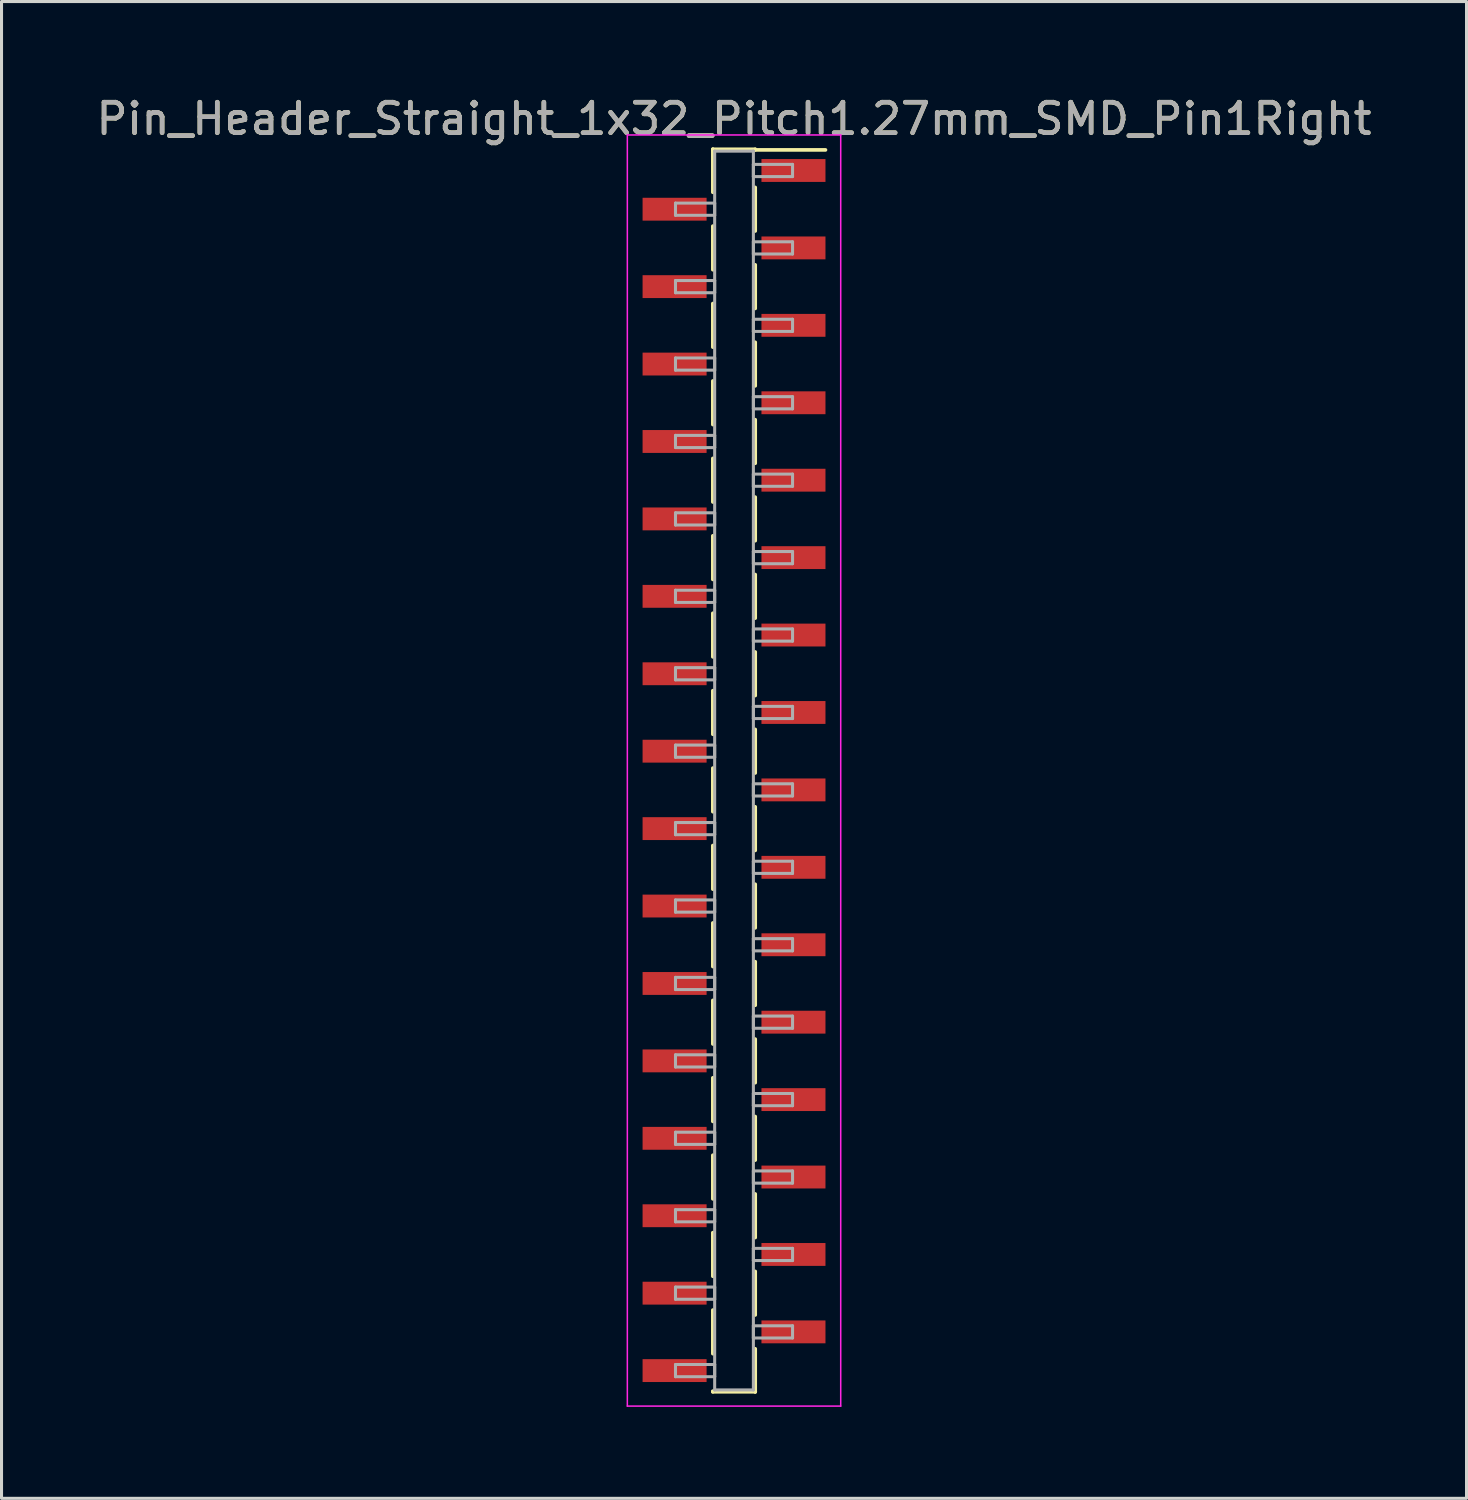
<source format=kicad_pcb>
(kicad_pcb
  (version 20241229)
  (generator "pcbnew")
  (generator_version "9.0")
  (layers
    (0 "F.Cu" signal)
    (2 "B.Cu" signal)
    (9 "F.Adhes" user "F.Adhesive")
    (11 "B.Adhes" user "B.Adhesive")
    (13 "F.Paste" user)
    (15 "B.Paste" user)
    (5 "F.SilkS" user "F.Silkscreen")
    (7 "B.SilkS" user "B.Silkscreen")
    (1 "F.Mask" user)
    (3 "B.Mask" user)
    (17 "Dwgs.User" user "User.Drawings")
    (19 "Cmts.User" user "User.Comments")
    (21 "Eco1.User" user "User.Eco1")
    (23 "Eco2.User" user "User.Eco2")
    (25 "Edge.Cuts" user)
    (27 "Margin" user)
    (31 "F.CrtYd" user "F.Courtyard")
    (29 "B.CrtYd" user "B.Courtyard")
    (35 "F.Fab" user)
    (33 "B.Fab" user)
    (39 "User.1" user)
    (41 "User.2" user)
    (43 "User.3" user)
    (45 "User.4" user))
  (footprint "Pin_Header_Straight_1x32_Pitch1.27mm_SMD_Pin1Right"
    (layer "F.Cu")
    (at 21.03 22.228)
    (property "Reference" "Pin_Header_Straight_1x32_Pitch1.27mm_SMD_Pin1Right" (at 0 -21.38 0) (layer "F.SilkS") (effects (font (size 1 1) (thickness 0.15))))
    (attr smd)
    (fp_line (start -0.695 -20.38) (end -0.695 -18.97) (stroke (width 0.12) (type solid)) (layer "F.SilkS"))
    (fp_line (start -0.695 -20.38) (end 0.695 -20.38) (stroke (width 0.12) (type solid)) (layer "F.SilkS"))
    (fp_line (start -0.695 -20.36) (end -0.695 -20.38) (stroke (width 0.12) (type solid)) (layer "F.SilkS"))
    (fp_line (start -0.695 -17.86) (end -0.695 -16.43) (stroke (width 0.12) (type solid)) (layer "F.SilkS"))
    (fp_line (start -0.695 -15.32) (end -0.695 -13.89) (stroke (width 0.12) (type solid)) (layer "F.SilkS"))
    (fp_line (start -0.695 -12.78) (end -0.695 -11.35) (stroke (width 0.12) (type solid)) (layer "F.SilkS"))
    (fp_line (start -0.695 -10.24) (end -0.695 -8.81) (stroke (width 0.12) (type solid)) (layer "F.SilkS"))
    (fp_line (start -0.695 -7.7) (end -0.695 -6.27) (stroke (width 0.12) (type solid)) (layer "F.SilkS"))
    (fp_line (start -0.695 -5.16) (end -0.695 -3.73) (stroke (width 0.12) (type solid)) (layer "F.SilkS"))
    (fp_line (start -0.695 -2.62) (end -0.695 -1.19) (stroke (width 0.12) (type solid)) (layer "F.SilkS"))
    (fp_line (start -0.695 -0.08) (end -0.695 1.35) (stroke (width 0.12) (type solid)) (layer "F.SilkS"))
    (fp_line (start -0.695 2.46) (end -0.695 3.89) (stroke (width 0.12) (type solid)) (layer "F.SilkS"))
    (fp_line (start -0.695 5) (end -0.695 6.43) (stroke (width 0.12) (type solid)) (layer "F.SilkS"))
    (fp_line (start -0.695 7.54) (end -0.695 8.97) (stroke (width 0.12) (type solid)) (layer "F.SilkS"))
    (fp_line (start -0.695 10.08) (end -0.695 11.51) (stroke (width 0.12) (type solid)) (layer "F.SilkS"))
    (fp_line (start -0.695 12.62) (end -0.695 14.05) (stroke (width 0.12) (type solid)) (layer "F.SilkS"))
    (fp_line (start -0.695 15.16) (end -0.695 16.59) (stroke (width 0.12) (type solid)) (layer "F.SilkS"))
    (fp_line (start -0.695 17.7) (end -0.695 19.13) (stroke (width 0.12) (type solid)) (layer "F.SilkS"))
    (fp_line (start -0.695 20.36) (end -0.695 20.38) (stroke (width 0.12) (type solid)) (layer "F.SilkS"))
    (fp_line (start -0.695 20.38) (end 0.695 20.38) (stroke (width 0.12) (type solid)) (layer "F.SilkS"))
    (fp_line (start 0.695 -20.38) (end 0.695 -20.36) (stroke (width 0.12) (type solid)) (layer "F.SilkS"))
    (fp_line (start 0.695 -20.36) (end 3 -20.36) (stroke (width 0.12) (type solid)) (layer "F.SilkS"))
    (fp_line (start 0.695 -19.13) (end 0.695 -17.7) (stroke (width 0.12) (type solid)) (layer "F.SilkS"))
    (fp_line (start 0.695 -16.59) (end 0.695 -15.16) (stroke (width 0.12) (type solid)) (layer "F.SilkS"))
    (fp_line (start 0.695 -14.05) (end 0.695 -12.62) (stroke (width 0.12) (type solid)) (layer "F.SilkS"))
    (fp_line (start 0.695 -11.51) (end 0.695 -10.08) (stroke (width 0.12) (type solid)) (layer "F.SilkS"))
    (fp_line (start 0.695 -8.97) (end 0.695 -7.54) (stroke (width 0.12) (type solid)) (layer "F.SilkS"))
    (fp_line (start 0.695 -6.43) (end 0.695 -5) (stroke (width 0.12) (type solid)) (layer "F.SilkS"))
    (fp_line (start 0.695 -3.89) (end 0.695 -2.46) (stroke (width 0.12) (type solid)) (layer "F.SilkS"))
    (fp_line (start 0.695 -1.35) (end 0.695 0.08) (stroke (width 0.12) (type solid)) (layer "F.SilkS"))
    (fp_line (start 0.695 1.19) (end 0.695 2.62) (stroke (width 0.12) (type solid)) (layer "F.SilkS"))
    (fp_line (start 0.695 3.73) (end 0.695 5.16) (stroke (width 0.12) (type solid)) (layer "F.SilkS"))
    (fp_line (start 0.695 6.27) (end 0.695 7.7) (stroke (width 0.12) (type solid)) (layer "F.SilkS"))
    (fp_line (start 0.695 8.81) (end 0.695 10.24) (stroke (width 0.12) (type solid)) (layer "F.SilkS"))
    (fp_line (start 0.695 11.35) (end 0.695 12.78) (stroke (width 0.12) (type solid)) (layer "F.SilkS"))
    (fp_line (start 0.695 13.89) (end 0.695 15.32) (stroke (width 0.12) (type solid)) (layer "F.SilkS"))
    (fp_line (start 0.695 16.43) (end 0.695 17.86) (stroke (width 0.12) (type solid)) (layer "F.SilkS"))
    (fp_line (start 0.695 18.97) (end 0.695 20.38) (stroke (width 0.12) (type solid)) (layer "F.SilkS"))
    (fp_line (start 0.695 20.38) (end 0.695 20.36) (stroke (width 0.12) (type solid)) (layer "F.SilkS"))
    (fp_line (start -3.5 -20.85) (end -3.5 20.85) (stroke (width 0.05) (type solid)) (layer "F.CrtYd"))
    (fp_line (start -3.5 20.85) (end 3.5 20.85) (stroke (width 0.05) (type solid)) (layer "F.CrtYd"))
    (fp_line (start 3.5 -20.85) (end -3.5 -20.85) (stroke (width 0.05) (type solid)) (layer "F.CrtYd"))
    (fp_line (start 3.5 20.85) (end 3.5 -20.85) (stroke (width 0.05) (type solid)) (layer "F.CrtYd"))
    (fp_line (start -1.92 -18.615) (end -0.635 -18.615) (stroke (width 0.1) (type solid)) (layer "F.Fab"))
    (fp_line (start -1.92 -18.215) (end -1.92 -18.615) (stroke (width 0.1) (type solid)) (layer "F.Fab"))
    (fp_line (start -1.92 -16.075) (end -0.635 -16.075) (stroke (width 0.1) (type solid)) (layer "F.Fab"))
    (fp_line (start -1.92 -15.675) (end -1.92 -16.075) (stroke (width 0.1) (type solid)) (layer "F.Fab"))
    (fp_line (start -1.92 -13.535) (end -0.635 -13.535) (stroke (width 0.1) (type solid)) (layer "F.Fab"))
    (fp_line (start -1.92 -13.135) (end -1.92 -13.535) (stroke (width 0.1) (type solid)) (layer "F.Fab"))
    (fp_line (start -1.92 -10.995) (end -0.635 -10.995) (stroke (width 0.1) (type solid)) (layer "F.Fab"))
    (fp_line (start -1.92 -10.595) (end -1.92 -10.995) (stroke (width 0.1) (type solid)) (layer "F.Fab"))
    (fp_line (start -1.92 -8.455) (end -0.635 -8.455) (stroke (width 0.1) (type solid)) (layer "F.Fab"))
    (fp_line (start -1.92 -8.055) (end -1.92 -8.455) (stroke (width 0.1) (type solid)) (layer "F.Fab"))
    (fp_line (start -1.92 -5.915) (end -0.635 -5.915) (stroke (width 0.1) (type solid)) (layer "F.Fab"))
    (fp_line (start -1.92 -5.515) (end -1.92 -5.915) (stroke (width 0.1) (type solid)) (layer "F.Fab"))
    (fp_line (start -1.92 -3.375) (end -0.635 -3.375) (stroke (width 0.1) (type solid)) (layer "F.Fab"))
    (fp_line (start -1.92 -2.975) (end -1.92 -3.375) (stroke (width 0.1) (type solid)) (layer "F.Fab"))
    (fp_line (start -1.92 -0.835) (end -0.635 -0.835) (stroke (width 0.1) (type solid)) (layer "F.Fab"))
    (fp_line (start -1.92 -0.435) (end -1.92 -0.835) (stroke (width 0.1) (type solid)) (layer "F.Fab"))
    (fp_line (start -1.92 1.705) (end -0.635 1.705) (stroke (width 0.1) (type solid)) (layer "F.Fab"))
    (fp_line (start -1.92 2.105) (end -1.92 1.705) (stroke (width 0.1) (type solid)) (layer "F.Fab"))
    (fp_line (start -1.92 4.245) (end -0.635 4.245) (stroke (width 0.1) (type solid)) (layer "F.Fab"))
    (fp_line (start -1.92 4.645) (end -1.92 4.245) (stroke (width 0.1) (type solid)) (layer "F.Fab"))
    (fp_line (start -1.92 6.785) (end -0.635 6.785) (stroke (width 0.1) (type solid)) (layer "F.Fab"))
    (fp_line (start -1.92 7.185) (end -1.92 6.785) (stroke (width 0.1) (type solid)) (layer "F.Fab"))
    (fp_line (start -1.92 9.325) (end -0.635 9.325) (stroke (width 0.1) (type solid)) (layer "F.Fab"))
    (fp_line (start -1.92 9.725) (end -1.92 9.325) (stroke (width 0.1) (type solid)) (layer "F.Fab"))
    (fp_line (start -1.92 11.865) (end -0.635 11.865) (stroke (width 0.1) (type solid)) (layer "F.Fab"))
    (fp_line (start -1.92 12.265) (end -1.92 11.865) (stroke (width 0.1) (type solid)) (layer "F.Fab"))
    (fp_line (start -1.92 14.405) (end -0.635 14.405) (stroke (width 0.1) (type solid)) (layer "F.Fab"))
    (fp_line (start -1.92 14.805) (end -1.92 14.405) (stroke (width 0.1) (type solid)) (layer "F.Fab"))
    (fp_line (start -1.92 16.945) (end -0.635 16.945) (stroke (width 0.1) (type solid)) (layer "F.Fab"))
    (fp_line (start -1.92 17.345) (end -1.92 16.945) (stroke (width 0.1) (type solid)) (layer "F.Fab"))
    (fp_line (start -1.92 19.485) (end -0.635 19.485) (stroke (width 0.1) (type solid)) (layer "F.Fab"))
    (fp_line (start -1.92 19.885) (end -1.92 19.485) (stroke (width 0.1) (type solid)) (layer "F.Fab"))
    (fp_line (start -0.635 -20.32) (end -0.635 20.32) (stroke (width 0.1) (type solid)) (layer "F.Fab"))
    (fp_line (start -0.635 -18.615) (end -0.635 -18.215) (stroke (width 0.1) (type solid)) (layer "F.Fab"))
    (fp_line (start -0.635 -18.215) (end -1.92 -18.215) (stroke (width 0.1) (type solid)) (layer "F.Fab"))
    (fp_line (start -0.635 -16.075) (end -0.635 -15.675) (stroke (width 0.1) (type solid)) (layer "F.Fab"))
    (fp_line (start -0.635 -15.675) (end -1.92 -15.675) (stroke (width 0.1) (type solid)) (layer "F.Fab"))
    (fp_line (start -0.635 -13.535) (end -0.635 -13.135) (stroke (width 0.1) (type solid)) (layer "F.Fab"))
    (fp_line (start -0.635 -13.135) (end -1.92 -13.135) (stroke (width 0.1) (type solid)) (layer "F.Fab"))
    (fp_line (start -0.635 -10.995) (end -0.635 -10.595) (stroke (width 0.1) (type solid)) (layer "F.Fab"))
    (fp_line (start -0.635 -10.595) (end -1.92 -10.595) (stroke (width 0.1) (type solid)) (layer "F.Fab"))
    (fp_line (start -0.635 -8.455) (end -0.635 -8.055) (stroke (width 0.1) (type solid)) (layer "F.Fab"))
    (fp_line (start -0.635 -8.055) (end -1.92 -8.055) (stroke (width 0.1) (type solid)) (layer "F.Fab"))
    (fp_line (start -0.635 -5.915) (end -0.635 -5.515) (stroke (width 0.1) (type solid)) (layer "F.Fab"))
    (fp_line (start -0.635 -5.515) (end -1.92 -5.515) (stroke (width 0.1) (type solid)) (layer "F.Fab"))
    (fp_line (start -0.635 -3.375) (end -0.635 -2.975) (stroke (width 0.1) (type solid)) (layer "F.Fab"))
    (fp_line (start -0.635 -2.975) (end -1.92 -2.975) (stroke (width 0.1) (type solid)) (layer "F.Fab"))
    (fp_line (start -0.635 -0.835) (end -0.635 -0.435) (stroke (width 0.1) (type solid)) (layer "F.Fab"))
    (fp_line (start -0.635 -0.435) (end -1.92 -0.435) (stroke (width 0.1) (type solid)) (layer "F.Fab"))
    (fp_line (start -0.635 1.705) (end -0.635 2.105) (stroke (width 0.1) (type solid)) (layer "F.Fab"))
    (fp_line (start -0.635 2.105) (end -1.92 2.105) (stroke (width 0.1) (type solid)) (layer "F.Fab"))
    (fp_line (start -0.635 4.245) (end -0.635 4.645) (stroke (width 0.1) (type solid)) (layer "F.Fab"))
    (fp_line (start -0.635 4.645) (end -1.92 4.645) (stroke (width 0.1) (type solid)) (layer "F.Fab"))
    (fp_line (start -0.635 6.785) (end -0.635 7.185) (stroke (width 0.1) (type solid)) (layer "F.Fab"))
    (fp_line (start -0.635 7.185) (end -1.92 7.185) (stroke (width 0.1) (type solid)) (layer "F.Fab"))
    (fp_line (start -0.635 9.325) (end -0.635 9.725) (stroke (width 0.1) (type solid)) (layer "F.Fab"))
    (fp_line (start -0.635 9.725) (end -1.92 9.725) (stroke (width 0.1) (type solid)) (layer "F.Fab"))
    (fp_line (start -0.635 11.865) (end -0.635 12.265) (stroke (width 0.1) (type solid)) (layer "F.Fab"))
    (fp_line (start -0.635 12.265) (end -1.92 12.265) (stroke (width 0.1) (type solid)) (layer "F.Fab"))
    (fp_line (start -0.635 14.405) (end -0.635 14.805) (stroke (width 0.1) (type solid)) (layer "F.Fab"))
    (fp_line (start -0.635 14.805) (end -1.92 14.805) (stroke (width 0.1) (type solid)) (layer "F.Fab"))
    (fp_line (start -0.635 16.945) (end -0.635 17.345) (stroke (width 0.1) (type solid)) (layer "F.Fab"))
    (fp_line (start -0.635 17.345) (end -1.92 17.345) (stroke (width 0.1) (type solid)) (layer "F.Fab"))
    (fp_line (start -0.635 19.485) (end -0.635 19.885) (stroke (width 0.1) (type solid)) (layer "F.Fab"))
    (fp_line (start -0.635 19.885) (end -1.92 19.885) (stroke (width 0.1) (type solid)) (layer "F.Fab"))
    (fp_line (start -0.635 20.32) (end 0.635 20.32) (stroke (width 0.1) (type solid)) (layer "F.Fab"))
    (fp_line (start 0.635 -20.32) (end -0.635 -20.32) (stroke (width 0.1) (type solid)) (layer "F.Fab"))
    (fp_line (start 0.635 -19.885) (end 0.635 -19.485) (stroke (width 0.1) (type solid)) (layer "F.Fab"))
    (fp_line (start 0.635 -19.485) (end 1.92 -19.485) (stroke (width 0.1) (type solid)) (layer "F.Fab"))
    (fp_line (start 0.635 -17.345) (end 0.635 -16.945) (stroke (width 0.1) (type solid)) (layer "F.Fab"))
    (fp_line (start 0.635 -16.945) (end 1.92 -16.945) (stroke (width 0.1) (type solid)) (layer "F.Fab"))
    (fp_line (start 0.635 -14.805) (end 0.635 -14.405) (stroke (width 0.1) (type solid)) (layer "F.Fab"))
    (fp_line (start 0.635 -14.405) (end 1.92 -14.405) (stroke (width 0.1) (type solid)) (layer "F.Fab"))
    (fp_line (start 0.635 -12.265) (end 0.635 -11.865) (stroke (width 0.1) (type solid)) (layer "F.Fab"))
    (fp_line (start 0.635 -11.865) (end 1.92 -11.865) (stroke (width 0.1) (type solid)) (layer "F.Fab"))
    (fp_line (start 0.635 -9.725) (end 0.635 -9.325) (stroke (width 0.1) (type solid)) (layer "F.Fab"))
    (fp_line (start 0.635 -9.325) (end 1.92 -9.325) (stroke (width 0.1) (type solid)) (layer "F.Fab"))
    (fp_line (start 0.635 -7.185) (end 0.635 -6.785) (stroke (width 0.1) (type solid)) (layer "F.Fab"))
    (fp_line (start 0.635 -6.785) (end 1.92 -6.785) (stroke (width 0.1) (type solid)) (layer "F.Fab"))
    (fp_line (start 0.635 -4.645) (end 0.635 -4.245) (stroke (width 0.1) (type solid)) (layer "F.Fab"))
    (fp_line (start 0.635 -4.245) (end 1.92 -4.245) (stroke (width 0.1) (type solid)) (layer "F.Fab"))
    (fp_line (start 0.635 -2.105) (end 0.635 -1.705) (stroke (width 0.1) (type solid)) (layer "F.Fab"))
    (fp_line (start 0.635 -1.705) (end 1.92 -1.705) (stroke (width 0.1) (type solid)) (layer "F.Fab"))
    (fp_line (start 0.635 0.435) (end 0.635 0.835) (stroke (width 0.1) (type solid)) (layer "F.Fab"))
    (fp_line (start 0.635 0.835) (end 1.92 0.835) (stroke (width 0.1) (type solid)) (layer "F.Fab"))
    (fp_line (start 0.635 2.975) (end 0.635 3.375) (stroke (width 0.1) (type solid)) (layer "F.Fab"))
    (fp_line (start 0.635 3.375) (end 1.92 3.375) (stroke (width 0.1) (type solid)) (layer "F.Fab"))
    (fp_line (start 0.635 5.515) (end 0.635 5.915) (stroke (width 0.1) (type solid)) (layer "F.Fab"))
    (fp_line (start 0.635 5.915) (end 1.92 5.915) (stroke (width 0.1) (type solid)) (layer "F.Fab"))
    (fp_line (start 0.635 8.055) (end 0.635 8.455) (stroke (width 0.1) (type solid)) (layer "F.Fab"))
    (fp_line (start 0.635 8.455) (end 1.92 8.455) (stroke (width 0.1) (type solid)) (layer "F.Fab"))
    (fp_line (start 0.635 10.595) (end 0.635 10.995) (stroke (width 0.1) (type solid)) (layer "F.Fab"))
    (fp_line (start 0.635 10.995) (end 1.92 10.995) (stroke (width 0.1) (type solid)) (layer "F.Fab"))
    (fp_line (start 0.635 13.135) (end 0.635 13.535) (stroke (width 0.1) (type solid)) (layer "F.Fab"))
    (fp_line (start 0.635 13.535) (end 1.92 13.535) (stroke (width 0.1) (type solid)) (layer "F.Fab"))
    (fp_line (start 0.635 15.675) (end 0.635 16.075) (stroke (width 0.1) (type solid)) (layer "F.Fab"))
    (fp_line (start 0.635 16.075) (end 1.92 16.075) (stroke (width 0.1) (type solid)) (layer "F.Fab"))
    (fp_line (start 0.635 18.215) (end 0.635 18.615) (stroke (width 0.1) (type solid)) (layer "F.Fab"))
    (fp_line (start 0.635 18.615) (end 1.92 18.615) (stroke (width 0.1) (type solid)) (layer "F.Fab"))
    (fp_line (start 0.635 20.32) (end 0.635 -20.32) (stroke (width 0.1) (type solid)) (layer "F.Fab"))
    (fp_line (start 1.92 -19.885) (end 0.635 -19.885) (stroke (width 0.1) (type solid)) (layer "F.Fab"))
    (fp_line (start 1.92 -19.485) (end 1.92 -19.885) (stroke (width 0.1) (type solid)) (layer "F.Fab"))
    (fp_line (start 1.92 -17.345) (end 0.635 -17.345) (stroke (width 0.1) (type solid)) (layer "F.Fab"))
    (fp_line (start 1.92 -16.945) (end 1.92 -17.345) (stroke (width 0.1) (type solid)) (layer "F.Fab"))
    (fp_line (start 1.92 -14.805) (end 0.635 -14.805) (stroke (width 0.1) (type solid)) (layer "F.Fab"))
    (fp_line (start 1.92 -14.405) (end 1.92 -14.805) (stroke (width 0.1) (type solid)) (layer "F.Fab"))
    (fp_line (start 1.92 -12.265) (end 0.635 -12.265) (stroke (width 0.1) (type solid)) (layer "F.Fab"))
    (fp_line (start 1.92 -11.865) (end 1.92 -12.265) (stroke (width 0.1) (type solid)) (layer "F.Fab"))
    (fp_line (start 1.92 -9.725) (end 0.635 -9.725) (stroke (width 0.1) (type solid)) (layer "F.Fab"))
    (fp_line (start 1.92 -9.325) (end 1.92 -9.725) (stroke (width 0.1) (type solid)) (layer "F.Fab"))
    (fp_line (start 1.92 -7.185) (end 0.635 -7.185) (stroke (width 0.1) (type solid)) (layer "F.Fab"))
    (fp_line (start 1.92 -6.785) (end 1.92 -7.185) (stroke (width 0.1) (type solid)) (layer "F.Fab"))
    (fp_line (start 1.92 -4.645) (end 0.635 -4.645) (stroke (width 0.1) (type solid)) (layer "F.Fab"))
    (fp_line (start 1.92 -4.245) (end 1.92 -4.645) (stroke (width 0.1) (type solid)) (layer "F.Fab"))
    (fp_line (start 1.92 -2.105) (end 0.635 -2.105) (stroke (width 0.1) (type solid)) (layer "F.Fab"))
    (fp_line (start 1.92 -1.705) (end 1.92 -2.105) (stroke (width 0.1) (type solid)) (layer "F.Fab"))
    (fp_line (start 1.92 0.435) (end 0.635 0.435) (stroke (width 0.1) (type solid)) (layer "F.Fab"))
    (fp_line (start 1.92 0.835) (end 1.92 0.435) (stroke (width 0.1) (type solid)) (layer "F.Fab"))
    (fp_line (start 1.92 2.975) (end 0.635 2.975) (stroke (width 0.1) (type solid)) (layer "F.Fab"))
    (fp_line (start 1.92 3.375) (end 1.92 2.975) (stroke (width 0.1) (type solid)) (layer "F.Fab"))
    (fp_line (start 1.92 5.515) (end 0.635 5.515) (stroke (width 0.1) (type solid)) (layer "F.Fab"))
    (fp_line (start 1.92 5.915) (end 1.92 5.515) (stroke (width 0.1) (type solid)) (layer "F.Fab"))
    (fp_line (start 1.92 8.055) (end 0.635 8.055) (stroke (width 0.1) (type solid)) (layer "F.Fab"))
    (fp_line (start 1.92 8.455) (end 1.92 8.055) (stroke (width 0.1) (type solid)) (layer "F.Fab"))
    (fp_line (start 1.92 10.595) (end 0.635 10.595) (stroke (width 0.1) (type solid)) (layer "F.Fab"))
    (fp_line (start 1.92 10.995) (end 1.92 10.595) (stroke (width 0.1) (type solid)) (layer "F.Fab"))
    (fp_line (start 1.92 13.135) (end 0.635 13.135) (stroke (width 0.1) (type solid)) (layer "F.Fab"))
    (fp_line (start 1.92 13.535) (end 1.92 13.135) (stroke (width 0.1) (type solid)) (layer "F.Fab"))
    (fp_line (start 1.92 15.675) (end 0.635 15.675) (stroke (width 0.1) (type solid)) (layer "F.Fab"))
    (fp_line (start 1.92 16.075) (end 1.92 15.675) (stroke (width 0.1) (type solid)) (layer "F.Fab"))
    (fp_line (start 1.92 18.215) (end 0.635 18.215) (stroke (width 0.1) (type solid)) (layer "F.Fab"))
    (fp_line (start 1.92 18.615) (end 1.92 18.215) (stroke (width 0.1) (type solid)) (layer "F.Fab"))
    (fp_text user "${REFERENCE}" (at 0 -21.38 0) (layer "F.Fab") (effects (font (size 1 1) (thickness 0.15))))
    (pad "1" smd rect (at 1.95 -19.685) (size 2.1 0.75) (layers "F.Cu" "F.Mask" "F.Paste"))
    (pad "2" smd rect (at -1.95 -18.415) (size 2.1 0.75) (layers "F.Cu" "F.Mask" "F.Paste"))
    (pad "3" smd rect (at 1.95 -17.145) (size 2.1 0.75) (layers "F.Cu" "F.Mask" "F.Paste"))
    (pad "4" smd rect (at -1.95 -15.875) (size 2.1 0.75) (layers "F.Cu" "F.Mask" "F.Paste"))
    (pad "5" smd rect (at 1.95 -14.605) (size 2.1 0.75) (layers "F.Cu" "F.Mask" "F.Paste"))
    (pad "6" smd rect (at -1.95 -13.335) (size 2.1 0.75) (layers "F.Cu" "F.Mask" "F.Paste"))
    (pad "7" smd rect (at 1.95 -12.065) (size 2.1 0.75) (layers "F.Cu" "F.Mask" "F.Paste"))
    (pad "8" smd rect (at -1.95 -10.795) (size 2.1 0.75) (layers "F.Cu" "F.Mask" "F.Paste"))
    (pad "9" smd rect (at 1.95 -9.525) (size 2.1 0.75) (layers "F.Cu" "F.Mask" "F.Paste"))
    (pad "10" smd rect (at -1.95 -8.255) (size 2.1 0.75) (layers "F.Cu" "F.Mask" "F.Paste"))
    (pad "11" smd rect (at 1.95 -6.985) (size 2.1 0.75) (layers "F.Cu" "F.Mask" "F.Paste"))
    (pad "12" smd rect (at -1.95 -5.715) (size 2.1 0.75) (layers "F.Cu" "F.Mask" "F.Paste"))
    (pad "13" smd rect (at 1.95 -4.445) (size 2.1 0.75) (layers "F.Cu" "F.Mask" "F.Paste"))
    (pad "14" smd rect (at -1.95 -3.175) (size 2.1 0.75) (layers "F.Cu" "F.Mask" "F.Paste"))
    (pad "15" smd rect (at 1.95 -1.905) (size 2.1 0.75) (layers "F.Cu" "F.Mask" "F.Paste"))
    (pad "16" smd rect (at -1.95 -0.635) (size 2.1 0.75) (layers "F.Cu" "F.Mask" "F.Paste"))
    (pad "17" smd rect (at 1.95 0.635) (size 2.1 0.75) (layers "F.Cu" "F.Mask" "F.Paste"))
    (pad "18" smd rect (at -1.95 1.905) (size 2.1 0.75) (layers "F.Cu" "F.Mask" "F.Paste"))
    (pad "19" smd rect (at 1.95 3.175) (size 2.1 0.75) (layers "F.Cu" "F.Mask" "F.Paste"))
    (pad "20" smd rect (at -1.95 4.445) (size 2.1 0.75) (layers "F.Cu" "F.Mask" "F.Paste"))
    (pad "21" smd rect (at 1.95 5.715) (size 2.1 0.75) (layers "F.Cu" "F.Mask" "F.Paste"))
    (pad "22" smd rect (at -1.95 6.985) (size 2.1 0.75) (layers "F.Cu" "F.Mask" "F.Paste"))
    (pad "23" smd rect (at 1.95 8.255) (size 2.1 0.75) (layers "F.Cu" "F.Mask" "F.Paste"))
    (pad "24" smd rect (at -1.95 9.525) (size 2.1 0.75) (layers "F.Cu" "F.Mask" "F.Paste"))
    (pad "25" smd rect (at 1.95 10.795) (size 2.1 0.75) (layers "F.Cu" "F.Mask" "F.Paste"))
    (pad "26" smd rect (at -1.95 12.065) (size 2.1 0.75) (layers "F.Cu" "F.Mask" "F.Paste"))
    (pad "27" smd rect (at 1.95 13.335) (size 2.1 0.75) (layers "F.Cu" "F.Mask" "F.Paste"))
    (pad "28" smd rect (at -1.95 14.605) (size 2.1 0.75) (layers "F.Cu" "F.Mask" "F.Paste"))
    (pad "29" smd rect (at 1.95 15.875) (size 2.1 0.75) (layers "F.Cu" "F.Mask" "F.Paste"))
    (pad "30" smd rect (at -1.95 17.145) (size 2.1 0.75) (layers "F.Cu" "F.Mask" "F.Paste"))
    (pad "31" smd rect (at 1.95 18.415) (size 2.1 0.75) (layers "F.Cu" "F.Mask" "F.Paste"))
    (pad "32" smd rect (at -1.95 19.685) (size 2.1 0.75) (layers "F.Cu" "F.Mask" "F.Paste")))
  (gr_rect
    (start -3 -3)
    (end 45.06 46.103)
    (stroke (width 0.1) (type default))
    (fill no)
    (layer "Edge.Cuts")))
</source>
